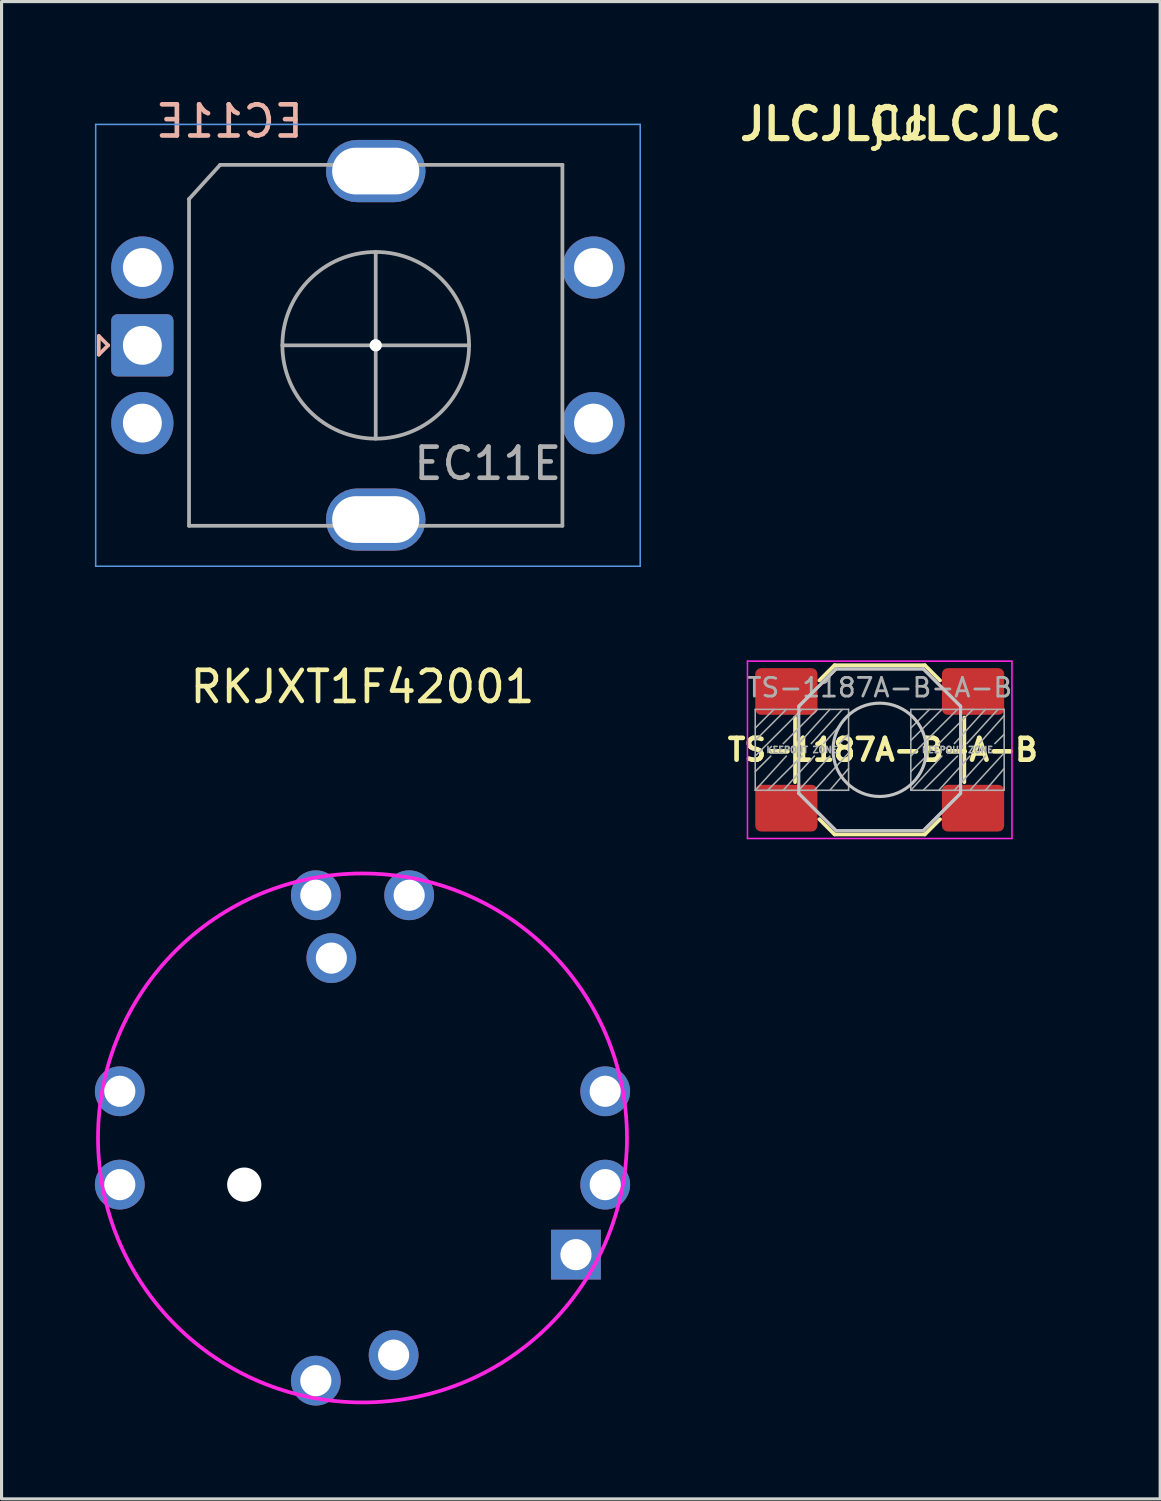
<source format=kicad_pcb>
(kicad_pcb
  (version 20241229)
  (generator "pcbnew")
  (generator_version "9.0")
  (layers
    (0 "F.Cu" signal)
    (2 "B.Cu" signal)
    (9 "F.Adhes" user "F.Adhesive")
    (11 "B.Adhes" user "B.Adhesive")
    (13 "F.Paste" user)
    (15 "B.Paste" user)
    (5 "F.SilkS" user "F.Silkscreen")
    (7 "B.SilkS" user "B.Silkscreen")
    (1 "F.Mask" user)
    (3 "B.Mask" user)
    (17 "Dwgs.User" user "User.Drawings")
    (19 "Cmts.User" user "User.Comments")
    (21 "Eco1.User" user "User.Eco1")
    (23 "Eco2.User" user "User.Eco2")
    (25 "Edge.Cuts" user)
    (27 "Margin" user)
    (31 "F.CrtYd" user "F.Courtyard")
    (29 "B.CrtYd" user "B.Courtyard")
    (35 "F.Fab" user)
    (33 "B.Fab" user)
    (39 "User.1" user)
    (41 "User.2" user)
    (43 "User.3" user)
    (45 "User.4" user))
  (footprint "TS-1187A-B-A-B"
    (layer "F.Cu")
    (at 25.222 21.048)
    (property "Reference" "TS-1187A-B-A-B" (at 0.1 0 0) (layer "F.SilkS") (effects (font (size 0.7 0.7) (thickness 0.15))))
    (attr smd)
    (fp_line (start -2.72 1.04) (end -2.72 -1.04) (stroke (width 0.12) (type solid)) (layer "F.SilkS"))
    (fp_line (start -1.45 -2.72) (end -1.94 -2.23) (stroke (width 0.12) (type solid)) (layer "F.SilkS"))
    (fp_line (start -1.45 -2.72) (end 1.45 -2.72) (stroke (width 0.12) (type solid)) (layer "F.SilkS"))
    (fp_line (start -1.45 2.72) (end -1.94 2.23) (stroke (width 0.12) (type solid)) (layer "F.SilkS"))
    (fp_line (start -1.45 2.72) (end 1.45 2.72) (stroke (width 0.12) (type solid)) (layer "F.SilkS"))
    (fp_line (start 1.45 -2.72) (end 1.94 -2.23) (stroke (width 0.12) (type solid)) (layer "F.SilkS"))
    (fp_line (start 1.45 2.72) (end 1.94 2.23) (stroke (width 0.12) (type solid)) (layer "F.SilkS"))
    (fp_line (start 2.72 1.04) (end 2.72 -1.04) (stroke (width 0.12) (type solid)) (layer "F.SilkS"))
    (fp_line (start -2.6 -1.4) (end -1.4 -2.6) (stroke (width 0.1) (type solid)) (layer "Dwgs.User"))
    (fp_line (start -2.6 1.4) (end -2.6 -1.4) (stroke (width 0.1) (type solid)) (layer "Dwgs.User"))
    (fp_line (start -1.4 -2.6) (end 1.4 -2.6) (stroke (width 0.1) (type solid)) (layer "Dwgs.User"))
    (fp_line (start -1.4 2.6) (end -2.6 1.4) (stroke (width 0.1) (type solid)) (layer "Dwgs.User"))
    (fp_line (start 1.4 -2.6) (end 2.6 -1.4) (stroke (width 0.1) (type solid)) (layer "Dwgs.User"))
    (fp_line (start 1.4 2.6) (end -1.4 2.6) (stroke (width 0.1) (type solid)) (layer "Dwgs.User"))
    (fp_line (start 2.6 -1.4) (end 2.6 1.4) (stroke (width 0.1) (type solid)) (layer "Dwgs.User"))
    (fp_line (start 2.6 1.4) (end 1.4 2.6) (stroke (width 0.1) (type solid)) (layer "Dwgs.User"))
    (fp_circle (center 0 0) (end 1.5 0) (stroke (width 0.1) (type solid)) (fill no) (layer "Dwgs.User"))
    (fp_line (start -4.25 -2.85) (end -4.25 2.85) (stroke (width 0.05) (type solid)) (layer "F.CrtYd"))
    (fp_line (start -4.25 2.85) (end 4.25 2.85) (stroke (width 0.05) (type solid)) (layer "F.CrtYd"))
    (fp_line (start 4.25 -2.85) (end -4.25 -2.85) (stroke (width 0.05) (type solid)) (layer "F.CrtYd"))
    (fp_line (start 4.25 2.85) (end 4.25 -2.85) (stroke (width 0.05) (type solid)) (layer "F.CrtYd"))
    (fp_line (start -4 -1.3) (end -1 -1.3) (stroke (width 0.05) (type solid)) (layer "F.Fab"))
    (fp_line (start -4 -0.7) (end -3.4 -1.3) (stroke (width 0.05) (type solid)) (layer "F.Fab"))
    (fp_line (start -4 -0.3) (end -3 -1.3) (stroke (width 0.05) (type solid)) (layer "F.Fab"))
    (fp_line (start -4 0.2) (end -2.5 -1.3) (stroke (width 0.05) (type solid)) (layer "F.Fab"))
    (fp_line (start -4 0.7) (end -3.5 0.2) (stroke (width 0.05) (type solid)) (layer "F.Fab"))
    (fp_line (start -4 1.3) (end -4 -1.3) (stroke (width 0.05) (type solid)) (layer "F.Fab"))
    (fp_line (start -4 1.3) (end -3 0.2) (stroke (width 0.05) (type solid)) (layer "F.Fab"))
    (fp_line (start -3.1 1.3) (end -2.1 0.2) (stroke (width 0.05) (type solid)) (layer "F.Fab"))
    (fp_line (start -2.6 -1.4) (end -1.4 -2.6) (stroke (width 0.1) (type solid)) (layer "F.Fab"))
    (fp_line (start -2.6 1.3) (end -1.6 0.2) (stroke (width 0.05) (type solid)) (layer "F.Fab"))
    (fp_line (start -2.5 0.2) (end -3.6 1.3) (stroke (width 0.05) (type solid)) (layer "F.Fab"))
    (fp_line (start -2.2 -0.2) (end -1.2 -1.3) (stroke (width 0.05) (type solid)) (layer "F.Fab"))
    (fp_line (start -2.1 1.3) (end -1 0.1) (stroke (width 0.05) (type solid)) (layer "F.Fab"))
    (fp_line (start -2 -1.3) (end -3.1 -0.2) (stroke (width 0.05) (type solid)) (layer "F.Fab"))
    (fp_line (start -1.6 -1.3) (end -2.6 -0.2) (stroke (width 0.05) (type solid)) (layer "F.Fab"))
    (fp_line (start -1.403 2.597) (end -2.603 1.397) (stroke (width 0.1) (type solid)) (layer "F.Fab"))
    (fp_line (start -1.4 -2.6) (end 1.4 -2.6) (stroke (width 0.1) (type solid)) (layer "F.Fab"))
    (fp_line (start -1 -1.3) (end -1 1.3) (stroke (width 0.05) (type solid)) (layer "F.Fab"))
    (fp_line (start -1 -1.1) (end -1.8 -0.2) (stroke (width 0.05) (type solid)) (layer "F.Fab"))
    (fp_line (start -1 -0.5) (end -1.3 -0.2) (stroke (width 0.05) (type solid)) (layer "F.Fab"))
    (fp_line (start -1 0.6) (end -1.6 1.3) (stroke (width 0.05) (type solid)) (layer "F.Fab"))
    (fp_line (start -1 1.3) (end -4 1.3) (stroke (width 0.05) (type solid)) (layer "F.Fab"))
    (fp_line (start 1 -1.3) (end 4 -1.3) (stroke (width 0.05) (type solid)) (layer "F.Fab"))
    (fp_line (start 1 -0.7) (end 1.6 -1.3) (stroke (width 0.05) (type solid)) (layer "F.Fab"))
    (fp_line (start 1 -0.3) (end 2 -1.3) (stroke (width 0.05) (type solid)) (layer "F.Fab"))
    (fp_line (start 1 0.2) (end 2.5 -1.3) (stroke (width 0.05) (type solid)) (layer "F.Fab"))
    (fp_line (start 1 0.7) (end 1.5 0.2) (stroke (width 0.05) (type solid)) (layer "F.Fab"))
    (fp_line (start 1 1.3) (end 1 -1.3) (stroke (width 0.05) (type solid)) (layer "F.Fab"))
    (fp_line (start 1 1.3) (end 2 0.2) (stroke (width 0.05) (type solid)) (layer "F.Fab"))
    (fp_line (start 1.4 -2.6) (end 2.6 -1.4) (stroke (width 0.1) (type solid)) (layer "F.Fab"))
    (fp_line (start 1.4 2.6) (end -1.4 2.6) (stroke (width 0.1) (type solid)) (layer "F.Fab"))
    (fp_line (start 1.9 1.3) (end 2.9 0.2) (stroke (width 0.05) (type solid)) (layer "F.Fab"))
    (fp_line (start 2.4 1.3) (end 3.4 0.2) (stroke (width 0.05) (type solid)) (layer "F.Fab"))
    (fp_line (start 2.5 0.2) (end 1.4 1.3) (stroke (width 0.05) (type solid)) (layer "F.Fab"))
    (fp_line (start 2.597 1.4) (end 1.397 2.6) (stroke (width 0.1) (type solid)) (layer "F.Fab"))
    (fp_line (start 2.8 -0.2) (end 3.8 -1.3) (stroke (width 0.05) (type solid)) (layer "F.Fab"))
    (fp_line (start 2.9 1.3) (end 4 0.1) (stroke (width 0.05) (type solid)) (layer "F.Fab"))
    (fp_line (start 3 -1.3) (end 1.9 -0.2) (stroke (width 0.05) (type solid)) (layer "F.Fab"))
    (fp_line (start 3.4 -1.3) (end 2.4 -0.2) (stroke (width 0.05) (type solid)) (layer "F.Fab"))
    (fp_line (start 4 -1.3) (end 4 1.3) (stroke (width 0.05) (type solid)) (layer "F.Fab"))
    (fp_line (start 4 -1.1) (end 3.2 -0.2) (stroke (width 0.05) (type solid)) (layer "F.Fab"))
    (fp_line (start 4 -0.5) (end 3.7 -0.2) (stroke (width 0.05) (type solid)) (layer "F.Fab"))
    (fp_line (start 4 0.6) (end 3.4 1.3) (stroke (width 0.05) (type solid)) (layer "F.Fab"))
    (fp_line (start 4 1.3) (end 1 1.3) (stroke (width 0.05) (type solid)) (layer "F.Fab"))
    (fp_text user "${REFERENCE}" (at 0 -2 0) (layer "F.Fab") (effects (font (size 0.6 0.6) (thickness 0.09))))
    (fp_text user "KEEPOUT ZONE" (at -2.5 0 0) (layer "F.Fab") (effects (font (size 0.2 0.2) (thickness 0.05))))
    (fp_text user "KEEPOUT ZONE" (at 2.5 0 0) (layer "F.Fab") (effects (font (size 0.2 0.2) (thickness 0.05))))
    (pad "1" smd roundrect (at -3 -1.875) (size 2 1.5) (layers "F.Cu" "F.Mask" "F.Paste") (roundrect_rratio 0.125))
    (pad "1" smd roundrect (at 3 -1.875) (size 2 1.5) (layers "F.Cu" "F.Mask" "F.Paste") (roundrect_rratio 0.125))
    (pad "2" smd roundrect (at -3 1.875) (size 2 1.5) (layers "F.Cu" "F.Mask" "F.Paste") (roundrect_rratio 0.125))
    (pad "2" smd roundrect (at 3 1.875) (size 2 1.5) (layers "F.Cu" "F.Mask" "F.Paste") (roundrect_rratio 0.125)))
  (footprint "jlc"
    (layer "F.Cu")
    (at 25.893 0.936)
    (property "Reference" "jlc" (at 0 0 0) (layer "F.SilkS") (effects (font (size 1 1) (thickness 0.15))))
    (attr through_hole)
    (fp_text user "JLCJLCJLCJLC" (at 0 0 0) (layer "F.SilkS") (effects (font (size 1 1) (thickness 0.2)))))
  (footprint "RKJXT1F42001"
    (layer "F.Cu")
    (at 8.6 33.522)
    (property "Reference" "RKJXT1F42001" (at 0 -14.5 0) (layer "F.SilkS") (effects (font (size 1 1) (thickness 0.15))))
    (attr through_hole)
    (fp_circle (center 0 0) (end 8.5 0) (stroke (width 0.12) (type solid)) (fill no) (layer "F.CrtYd"))
    (pad "" np_thru_hole circle (at -3.8 1.5) (size 1.1 1.1) (drill 1.1) (layers "*.Cu" "*.Mask"))
    (pad "1" thru_hole circle (at -1.5 7.8) (size 1.6 1.6) (drill 1) (layers "*.Cu" "B.Mask"))
    (pad "2" thru_hole circle (at 7.8 1.5) (size 1.6 1.6) (drill 1) (layers "*.Cu" "B.Mask"))
    (pad "3" thru_hole circle (at 1.5 -7.8) (size 1.6 1.6) (drill 1) (layers "*.Cu" "B.Mask"))
    (pad "4" thru_hole circle (at -7.8 -1.5) (size 1.6 1.6) (drill 1) (layers "*.Cu" "B.Mask"))
    (pad "5" thru_hole circle (at -7.8 1.5) (size 1.6 1.6) (drill 1) (layers "*.Cu" "B.Mask"))
    (pad "6" thru_hole circle (at 7.8 -1.5) (size 1.6 1.6) (drill 1) (layers "*.Cu" "B.Mask"))
    (pad "7" thru_hole circle (at 1 6.98) (size 1.6 1.6) (drill 1) (layers "*.Cu" "B.Mask"))
    (pad "8" thru_hole circle (at -1 -5.78) (size 1.6 1.6) (drill 1) (layers "*.Cu" "B.Mask"))
    (pad "9" thru_hole circle (at -1.5 -7.8) (size 1.6 1.6) (drill 1) (layers "*.Cu" "B.Mask"))
    (pad "10" thru_hole rect (at 6.86 3.75) (size 1.6 1.6) (drill 1) (layers "*.Cu" "B.Mask")))
  (footprint "EC11E"
    (layer "F.Cu")
    (at 9.025 8.048)
    (property "Reference" "EC11E" (at -4.7 -7.2 0) (layer "B.SilkS") (effects (font (size 1 1) (thickness 0.15)) (justify mirror)))
    (attr through_hole)
    (fp_line (start -8.9 -0.3) (end -8.6 0) (stroke (width 0.12) (type solid)) (layer "B.SilkS"))
    (fp_line (start -8.9 0.3) (end -8.9 -0.3) (stroke (width 0.12) (type solid)) (layer "B.SilkS"))
    (fp_line (start -8.6 0) (end -8.9 0.3) (stroke (width 0.12) (type solid)) (layer "B.SilkS"))
    (fp_line (start -9 -7.1) (end -9 7.1) (stroke (width 0.05) (type solid)) (layer "Cmts.User"))
    (fp_line (start -9 -7.1) (end 8.5 -7.1) (stroke (width 0.05) (type solid)) (layer "Cmts.User"))
    (fp_line (start 8.5 7.1) (end -9 7.1) (stroke (width 0.05) (type solid)) (layer "Cmts.User"))
    (fp_line (start 8.5 7.1) (end 8.5 -7.1) (stroke (width 0.05) (type solid)) (layer "Cmts.User"))
    (fp_line (start -6 -4.7) (end -5 -5.8) (stroke (width 0.12) (type solid)) (layer "F.Fab"))
    (fp_line (start -6 5.8) (end -6 -4.7) (stroke (width 0.12) (type solid)) (layer "F.Fab"))
    (fp_line (start -5 -5.8) (end 6 -5.8) (stroke (width 0.12) (type solid)) (layer "F.Fab"))
    (fp_line (start -3 0) (end 3 0) (stroke (width 0.12) (type solid)) (layer "F.Fab"))
    (fp_line (start 0 -3) (end 0 3) (stroke (width 0.12) (type solid)) (layer "F.Fab"))
    (fp_line (start 6 -5.8) (end 6 5.8) (stroke (width 0.12) (type solid)) (layer "F.Fab"))
    (fp_line (start 6 5.8) (end -6 5.8) (stroke (width 0.12) (type solid)) (layer "F.Fab"))
    (fp_circle (center 0 0) (end 3 0) (stroke (width 0.12) (type solid)) (fill no) (layer "F.Fab"))
    (fp_text user "${REFERENCE}" (at 3.6 3.8 0) (layer "F.Fab") (effects (font (size 1 1) (thickness 0.15))))
    (pad "" np_thru_hole circle (at 0 0) (size 0.397 0.397) (drill 0.397) (layers "*.Cu" "*.Mask"))
    (pad "A" thru_hole circle (at -7.5 -2.5) (size 2 2) (drill 1.25) (layers "*.Cu" "B.Mask"))
    (pad "B" thru_hole circle (at -7.5 2.5) (size 2 2) (drill 1.25) (layers "*.Cu" "B.Mask"))
    (pad "C" thru_hole roundrect (at -7.5 0) (size 2 2) (drill 1.25) (layers "*.Cu" "B.Mask") (roundrect_rratio 0.1))
    (pad "MP" thru_hole roundrect (at 0 -5.6) (size 3.2 2) (drill oval 2.8 1.5) (layers "*.Cu" "B.Mask") (roundrect_rratio 0.5))
    (pad "MP" thru_hole roundrect (at 0 5.6) (size 3.2 2) (drill oval 2.8 1.5) (layers "*.Cu" "B.Mask") (roundrect_rratio 0.5))
    (pad "S1" thru_hole circle (at 7 2.5) (size 2 2) (drill 1.25) (layers "*.Cu" "B.Mask"))
    (pad "S2" thru_hole circle (at 7 -2.5) (size 2 2) (drill 1.25) (layers "*.Cu" "B.Mask")))
  (gr_rect
    (start -3 -3)
    (end 34.236 45.121)
    (stroke (width 0.1) (type default))
    (fill no)
    (layer "Edge.Cuts")))
</source>
